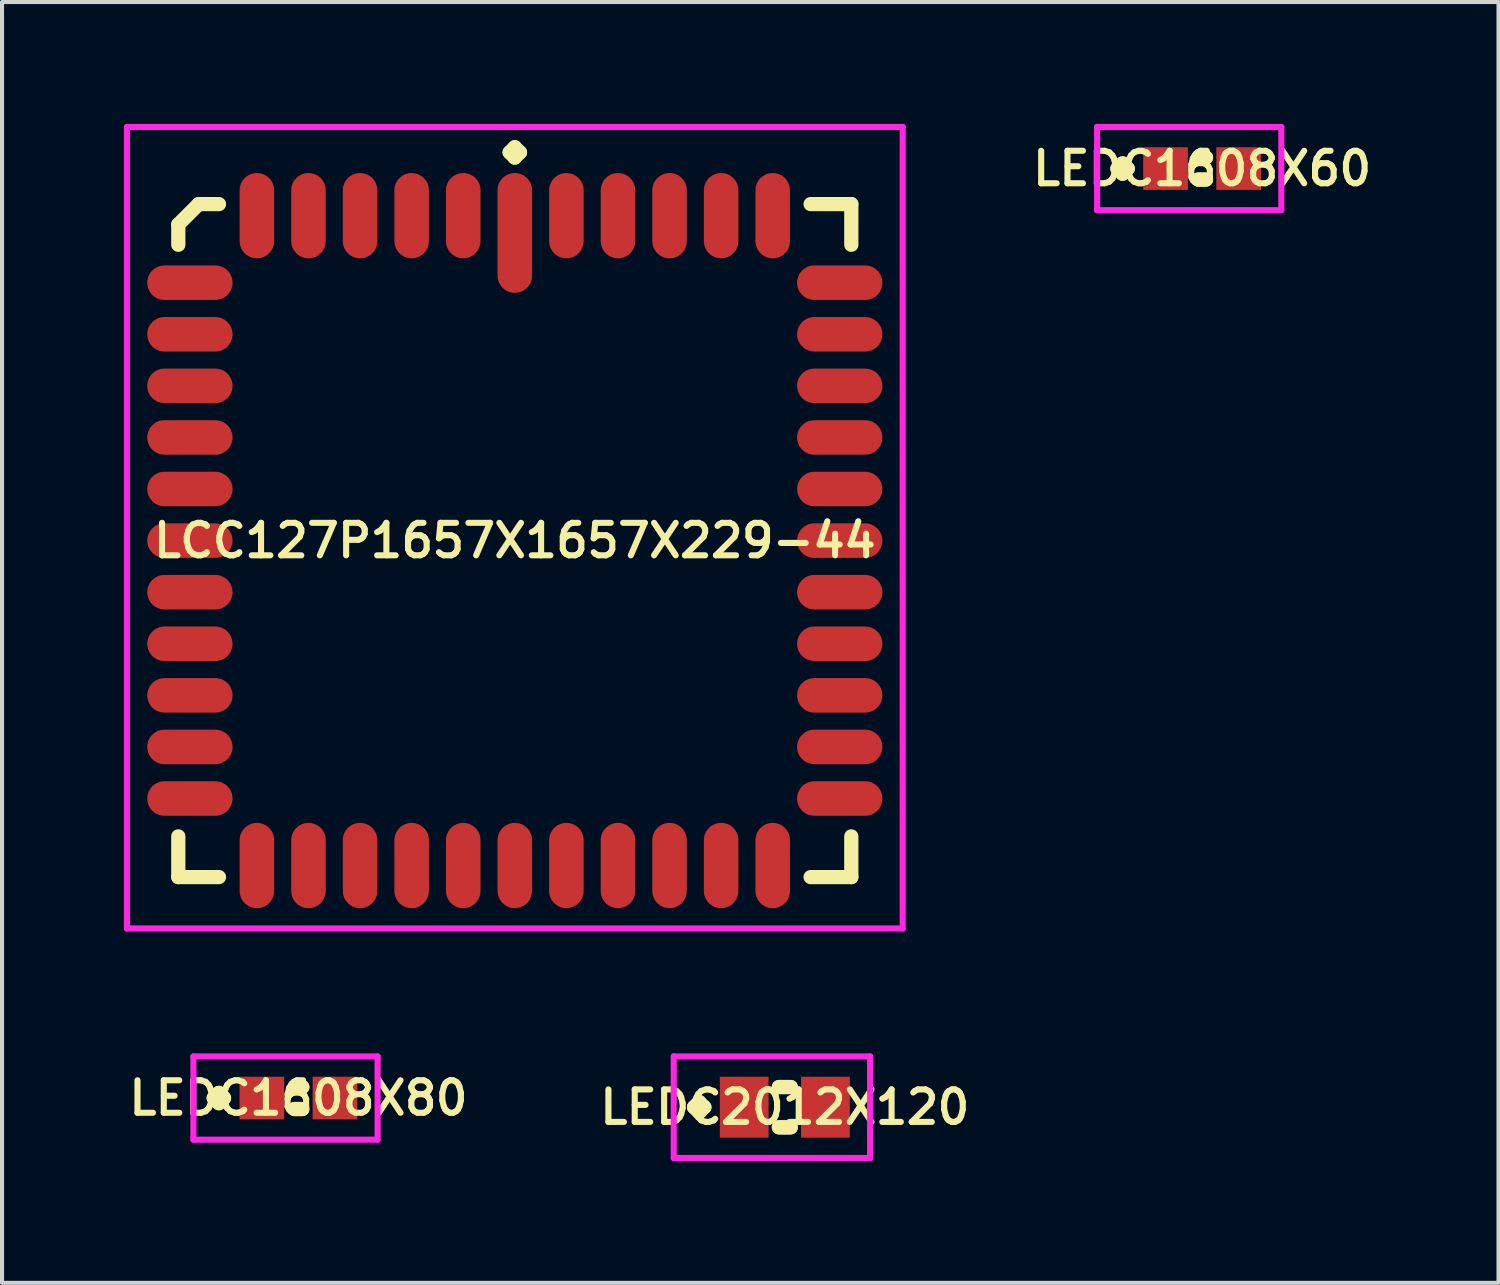
<source format=kicad_pcb>
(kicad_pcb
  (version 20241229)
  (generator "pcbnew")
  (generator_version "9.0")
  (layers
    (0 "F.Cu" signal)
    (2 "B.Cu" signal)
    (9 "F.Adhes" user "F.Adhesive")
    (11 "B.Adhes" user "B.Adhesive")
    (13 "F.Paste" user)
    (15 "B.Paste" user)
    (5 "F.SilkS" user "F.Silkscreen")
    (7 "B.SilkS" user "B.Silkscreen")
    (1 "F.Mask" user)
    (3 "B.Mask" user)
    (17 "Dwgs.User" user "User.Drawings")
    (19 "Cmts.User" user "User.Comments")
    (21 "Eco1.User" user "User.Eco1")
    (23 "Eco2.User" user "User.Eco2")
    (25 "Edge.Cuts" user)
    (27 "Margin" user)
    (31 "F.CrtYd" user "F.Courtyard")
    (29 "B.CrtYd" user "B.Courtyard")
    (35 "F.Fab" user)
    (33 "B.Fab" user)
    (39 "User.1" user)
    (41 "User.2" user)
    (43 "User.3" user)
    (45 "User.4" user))
  (footprint "LCC127P1657X1657X229-44"
    (layer "F.Cu")
    (at 9.625 10.26)
    (property "Reference" "LCC127P1657X1657X229-44" (at 0 0 0) (layer "F.SilkS") (effects (font (size 0.8 0.8) (thickness 0.15))))
    (attr smd)
    (fp_line (start -8.285 -7.784) (end -7.784 -8.285) (stroke (width 0.35) (type solid)) (layer "F.SilkS"))
    (fp_line (start -8.285 -7.283) (end -8.285 -7.784) (stroke (width 0.35) (type solid)) (layer "F.SilkS"))
    (fp_line (start -8.285 7.283) (end -8.285 8.285) (stroke (width 0.35) (type solid)) (layer "F.SilkS"))
    (fp_line (start -8.285 8.285) (end -7.283 8.285) (stroke (width 0.35) (type solid)) (layer "F.SilkS"))
    (fp_line (start -7.784 -8.285) (end -7.283 -8.285) (stroke (width 0.35) (type solid)) (layer "F.SilkS"))
    (fp_line (start -0.127 -9.558) (end 0 -9.685) (stroke (width 0.35) (type solid)) (layer "F.SilkS"))
    (fp_line (start 0 -9.685) (end 0.127 -9.558) (stroke (width 0.35) (type solid)) (layer "F.SilkS"))
    (fp_line (start 0 -9.431) (end -0.127 -9.558) (stroke (width 0.35) (type solid)) (layer "F.SilkS"))
    (fp_line (start 0.127 -9.558) (end 0 -9.431) (stroke (width 0.35) (type solid)) (layer "F.SilkS"))
    (fp_line (start 8.285 -8.285) (end 7.283 -8.285) (stroke (width 0.35) (type solid)) (layer "F.SilkS"))
    (fp_line (start 8.285 -7.283) (end 8.285 -8.285) (stroke (width 0.35) (type solid)) (layer "F.SilkS"))
    (fp_line (start 8.285 7.283) (end 8.285 8.285) (stroke (width 0.35) (type solid)) (layer "F.SilkS"))
    (fp_line (start 8.285 8.285) (end 7.283 8.285) (stroke (width 0.35) (type solid)) (layer "F.SilkS"))
    (fp_line (start -9.55 -10.185) (end 9.55 -10.185) (stroke (width 0.15) (type solid)) (layer "F.CrtYd"))
    (fp_line (start -9.55 9.55) (end -9.55 -10.185) (stroke (width 0.15) (type solid)) (layer "F.CrtYd"))
    (fp_line (start 9.55 -10.185) (end 9.55 9.55) (stroke (width 0.15) (type solid)) (layer "F.CrtYd"))
    (fp_line (start 9.55 9.55) (end -9.55 9.55) (stroke (width 0.15) (type solid)) (layer "F.CrtYd"))
    (pad "1" smd oval (at 0 -7.575) (size 0.85 2.95) (layers "F.Cu" "F.Mask" "F.Paste"))
    (pad "2" smd oval (at -1.27 -8) (size 0.85 2.1) (layers "F.Cu" "F.Mask" "F.Paste"))
    (pad "3" smd oval (at -2.54 -8) (size 0.85 2.1) (layers "F.Cu" "F.Mask" "F.Paste"))
    (pad "4" smd oval (at -3.81 -8) (size 0.85 2.1) (layers "F.Cu" "F.Mask" "F.Paste"))
    (pad "5" smd oval (at -5.08 -8) (size 0.85 2.1) (layers "F.Cu" "F.Mask" "F.Paste"))
    (pad "6" smd oval (at -6.35 -8) (size 0.85 2.1) (layers "F.Cu" "F.Mask" "F.Paste"))
    (pad "7" smd oval (at -8 -6.35) (size 2.1 0.85) (layers "F.Cu" "F.Mask" "F.Paste"))
    (pad "8" smd oval (at -8 -5.08) (size 2.1 0.85) (layers "F.Cu" "F.Mask" "F.Paste"))
    (pad "9" smd oval (at -8 -3.81) (size 2.1 0.85) (layers "F.Cu" "F.Mask" "F.Paste"))
    (pad "10" smd oval (at -8 -2.54) (size 2.1 0.85) (layers "F.Cu" "F.Mask" "F.Paste"))
    (pad "11" smd oval (at -8 -1.27) (size 2.1 0.85) (layers "F.Cu" "F.Mask" "F.Paste"))
    (pad "12" smd oval (at -8 0) (size 2.1 0.85) (layers "F.Cu" "F.Mask" "F.Paste"))
    (pad "13" smd oval (at -8 1.27) (size 2.1 0.85) (layers "F.Cu" "F.Mask" "F.Paste"))
    (pad "14" smd oval (at -8 2.54) (size 2.1 0.85) (layers "F.Cu" "F.Mask" "F.Paste"))
    (pad "15" smd oval (at -8 3.81) (size 2.1 0.85) (layers "F.Cu" "F.Mask" "F.Paste"))
    (pad "16" smd oval (at -8 5.08) (size 2.1 0.85) (layers "F.Cu" "F.Mask" "F.Paste"))
    (pad "17" smd oval (at -8 6.35) (size 2.1 0.85) (layers "F.Cu" "F.Mask" "F.Paste"))
    (pad "18" smd oval (at -6.35 8) (size 0.85 2.1) (layers "F.Cu" "F.Mask" "F.Paste"))
    (pad "19" smd oval (at -5.08 8) (size 0.85 2.1) (layers "F.Cu" "F.Mask" "F.Paste"))
    (pad "20" smd oval (at -3.81 8) (size 0.85 2.1) (layers "F.Cu" "F.Mask" "F.Paste"))
    (pad "21" smd oval (at -2.54 8) (size 0.85 2.1) (layers "F.Cu" "F.Mask" "F.Paste"))
    (pad "22" smd oval (at -1.27 8) (size 0.85 2.1) (layers "F.Cu" "F.Mask" "F.Paste"))
    (pad "23" smd oval (at 0 8) (size 0.85 2.1) (layers "F.Cu" "F.Mask" "F.Paste"))
    (pad "24" smd oval (at 1.27 8) (size 0.85 2.1) (layers "F.Cu" "F.Mask" "F.Paste"))
    (pad "25" smd oval (at 2.54 8) (size 0.85 2.1) (layers "F.Cu" "F.Mask" "F.Paste"))
    (pad "26" smd oval (at 3.81 8) (size 0.85 2.1) (layers "F.Cu" "F.Mask" "F.Paste"))
    (pad "27" smd oval (at 5.08 8) (size 0.85 2.1) (layers "F.Cu" "F.Mask" "F.Paste"))
    (pad "28" smd oval (at 6.35 8) (size 0.85 2.1) (layers "F.Cu" "F.Mask" "F.Paste"))
    (pad "29" smd oval (at 8 6.35) (size 2.1 0.85) (layers "F.Cu" "F.Mask" "F.Paste"))
    (pad "30" smd oval (at 8 5.08) (size 2.1 0.85) (layers "F.Cu" "F.Mask" "F.Paste"))
    (pad "31" smd oval (at 8 3.81) (size 2.1 0.85) (layers "F.Cu" "F.Mask" "F.Paste"))
    (pad "32" smd oval (at 8 2.54) (size 2.1 0.85) (layers "F.Cu" "F.Mask" "F.Paste"))
    (pad "33" smd oval (at 8 1.27) (size 2.1 0.85) (layers "F.Cu" "F.Mask" "F.Paste"))
    (pad "34" smd oval (at 8 0) (size 2.1 0.85) (layers "F.Cu" "F.Mask" "F.Paste"))
    (pad "35" smd oval (at 8 -1.27) (size 2.1 0.85) (layers "F.Cu" "F.Mask" "F.Paste"))
    (pad "36" smd oval (at 8 -2.54) (size 2.1 0.85) (layers "F.Cu" "F.Mask" "F.Paste"))
    (pad "37" smd oval (at 8 -3.81) (size 2.1 0.85) (layers "F.Cu" "F.Mask" "F.Paste"))
    (pad "38" smd oval (at 8 -5.08) (size 2.1 0.85) (layers "F.Cu" "F.Mask" "F.Paste"))
    (pad "39" smd oval (at 8 -6.35) (size 2.1 0.85) (layers "F.Cu" "F.Mask" "F.Paste"))
    (pad "40" smd oval (at 6.35 -8) (size 0.85 2.1) (layers "F.Cu" "F.Mask" "F.Paste"))
    (pad "41" smd oval (at 5.08 -8) (size 0.85 2.1) (layers "F.Cu" "F.Mask" "F.Paste"))
    (pad "42" smd oval (at 3.81 -8) (size 0.85 2.1) (layers "F.Cu" "F.Mask" "F.Paste"))
    (pad "43" smd oval (at 2.54 -8) (size 0.85 2.1) (layers "F.Cu" "F.Mask" "F.Paste"))
    (pad "44" smd oval (at 1.27 -8) (size 0.85 2.1) (layers "F.Cu" "F.Mask" "F.Paste")))
  (footprint "LEDC1608X80"
    (layer "F.Cu")
    (at 4.297 23.985)
    (property "Reference" "LEDC1608X80" (at 0 0 0) (layer "F.SilkS") (effects (font (size 0.8 0.8) (thickness 0.15))))
    (attr smd)
    (fp_line (start -2.085 0) (end -1.958 -0.127) (stroke (width 0.35) (type solid)) (layer "F.SilkS"))
    (fp_line (start -1.958 -0.127) (end -1.831 0) (stroke (width 0.35) (type solid)) (layer "F.SilkS"))
    (fp_line (start -1.958 0.127) (end -2.085 0) (stroke (width 0.35) (type solid)) (layer "F.SilkS"))
    (fp_line (start -1.831 0) (end -1.958 0.127) (stroke (width 0.35) (type solid)) (layer "F.SilkS"))
    (fp_line (start -0.096 -0.271) (end 0.096 -0.271) (stroke (width 0.35) (type solid)) (layer "F.SilkS"))
    (fp_line (start -0.096 0.271) (end 0.096 0.271) (stroke (width 0.35) (type solid)) (layer "F.SilkS"))
    (fp_line (start 0.096 -0.271) (end -0.096 -0.271) (stroke (width 0.35) (type solid)) (layer "F.SilkS"))
    (fp_line (start 0.096 0.271) (end -0.096 0.271) (stroke (width 0.35) (type solid)) (layer "F.SilkS"))
    (fp_line (start -2.585 -1.025) (end 1.95 -1.025) (stroke (width 0.15) (type solid)) (layer "F.CrtYd"))
    (fp_line (start -2.585 1.025) (end -2.585 -1.025) (stroke (width 0.15) (type solid)) (layer "F.CrtYd"))
    (fp_line (start 1.95 -1.025) (end 1.95 1.025) (stroke (width 0.15) (type solid)) (layer "F.CrtYd"))
    (fp_line (start 1.95 1.025) (end -2.585 1.025) (stroke (width 0.15) (type solid)) (layer "F.CrtYd"))
    (pad "1" smd rect (at -0.9 0) (size 1.1 1.05) (layers "F.Cu" "F.Mask" "F.Paste"))
    (pad "2" smd rect (at 0.9 0) (size 1.1 1.05) (layers "F.Cu" "F.Mask" "F.Paste")))
  (footprint "LEDC2012X120"
    (layer "F.Cu")
    (at 16.273 24.21)
    (property "Reference" "LEDC2012X120" (at 0 0 0) (layer "F.SilkS") (effects (font (size 0.8 0.8) (thickness 0.15))))
    (attr through_hole)
    (fp_line (start -2.235 0) (end -2.108 -0.127) (stroke (width 0.35) (type solid)) (layer "F.SilkS"))
    (fp_line (start -2.108 -0.127) (end -1.981 0) (stroke (width 0.35) (type solid)) (layer "F.SilkS"))
    (fp_line (start -2.108 0.127) (end -2.235 0) (stroke (width 0.35) (type solid)) (layer "F.SilkS"))
    (fp_line (start -1.981 0) (end -2.108 0.127) (stroke (width 0.35) (type solid)) (layer "F.SilkS"))
    (fp_line (start -0.146 -0.496) (end 0.146 -0.496) (stroke (width 0.35) (type solid)) (layer "F.SilkS"))
    (fp_line (start -0.146 0.496) (end 0.146 0.496) (stroke (width 0.35) (type solid)) (layer "F.SilkS"))
    (fp_line (start 0.146 -0.496) (end -0.146 -0.496) (stroke (width 0.35) (type solid)) (layer "F.SilkS"))
    (fp_line (start 0.146 0.496) (end -0.146 0.496) (stroke (width 0.35) (type solid)) (layer "F.SilkS"))
    (fp_line (start -2.735 -1.25) (end 2.1 -1.25) (stroke (width 0.15) (type solid)) (layer "F.CrtYd"))
    (fp_line (start -2.735 1.25) (end -2.735 -1.25) (stroke (width 0.15) (type solid)) (layer "F.CrtYd"))
    (fp_line (start 2.1 -1.25) (end 2.1 1.25) (stroke (width 0.15) (type solid)) (layer "F.CrtYd"))
    (fp_line (start 2.1 1.25) (end -2.735 1.25) (stroke (width 0.15) (type solid)) (layer "F.CrtYd"))
    (pad "1" smd rect (at -1 0) (size 1.2 1.5) (layers "F.Cu" "F.Mask" "F.Paste"))
    (pad "2" smd rect (at 1 0) (size 1.2 1.5) (layers "F.Cu" "F.Mask" "F.Paste")))
  (footprint "LEDC1608X60"
    (layer "F.Cu")
    (at 26.547 1.1)
    (property "Reference" "LEDC1608X60" (at 0 0 0) (layer "F.SilkS") (effects (font (size 0.8 0.8) (thickness 0.15))))
    (attr through_hole)
    (fp_line (start -2.085 0) (end -1.958 -0.127) (stroke (width 0.35) (type solid)) (layer "F.SilkS"))
    (fp_line (start -1.958 -0.127) (end -1.831 0) (stroke (width 0.35) (type solid)) (layer "F.SilkS"))
    (fp_line (start -1.958 0.127) (end -2.085 0) (stroke (width 0.35) (type solid)) (layer "F.SilkS"))
    (fp_line (start -1.831 0) (end -1.958 0.127) (stroke (width 0.35) (type solid)) (layer "F.SilkS"))
    (fp_line (start -0.096 -0.271) (end 0.096 -0.271) (stroke (width 0.35) (type solid)) (layer "F.SilkS"))
    (fp_line (start -0.096 0.271) (end 0.096 0.271) (stroke (width 0.35) (type solid)) (layer "F.SilkS"))
    (fp_line (start 0.096 -0.271) (end -0.096 -0.271) (stroke (width 0.35) (type solid)) (layer "F.SilkS"))
    (fp_line (start 0.096 0.271) (end -0.096 0.271) (stroke (width 0.35) (type solid)) (layer "F.SilkS"))
    (fp_line (start -2.585 -1.025) (end 1.95 -1.025) (stroke (width 0.15) (type solid)) (layer "F.CrtYd"))
    (fp_line (start -2.585 1.025) (end -2.585 -1.025) (stroke (width 0.15) (type solid)) (layer "F.CrtYd"))
    (fp_line (start 1.95 -1.025) (end 1.95 1.025) (stroke (width 0.15) (type solid)) (layer "F.CrtYd"))
    (fp_line (start 1.95 1.025) (end -2.585 1.025) (stroke (width 0.15) (type solid)) (layer "F.CrtYd"))
    (pad "1" smd rect (at -0.9 0) (size 1.1 1.05) (layers "F.Cu" "F.Mask" "F.Paste"))
    (pad "2" smd rect (at 0.9 0) (size 1.1 1.05) (layers "F.Cu" "F.Mask" "F.Paste")))
  (gr_rect
    (start -3 -3)
    (end 33.845 28.535)
    (stroke (width 0.1) (type default))
    (fill no)
    (layer "Edge.Cuts")))
</source>
